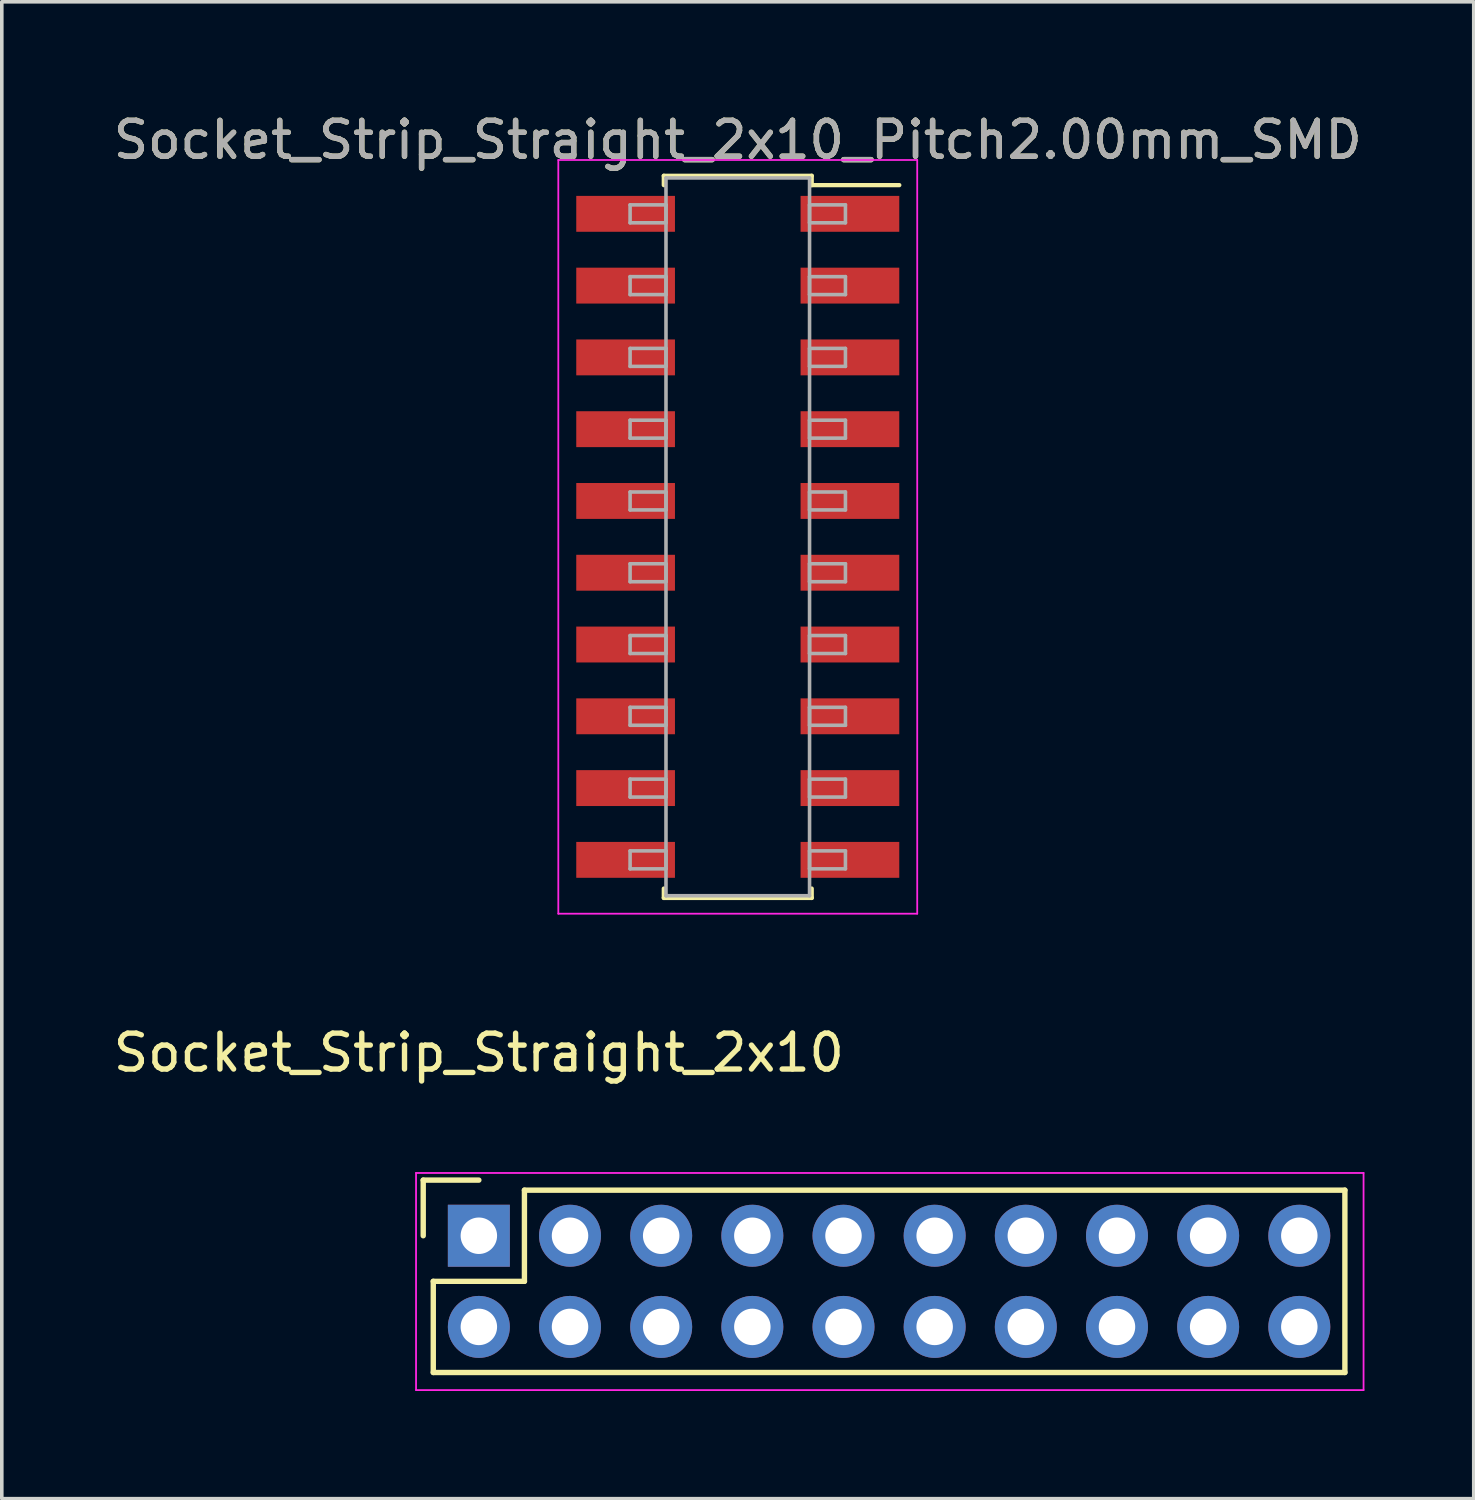
<source format=kicad_pcb>
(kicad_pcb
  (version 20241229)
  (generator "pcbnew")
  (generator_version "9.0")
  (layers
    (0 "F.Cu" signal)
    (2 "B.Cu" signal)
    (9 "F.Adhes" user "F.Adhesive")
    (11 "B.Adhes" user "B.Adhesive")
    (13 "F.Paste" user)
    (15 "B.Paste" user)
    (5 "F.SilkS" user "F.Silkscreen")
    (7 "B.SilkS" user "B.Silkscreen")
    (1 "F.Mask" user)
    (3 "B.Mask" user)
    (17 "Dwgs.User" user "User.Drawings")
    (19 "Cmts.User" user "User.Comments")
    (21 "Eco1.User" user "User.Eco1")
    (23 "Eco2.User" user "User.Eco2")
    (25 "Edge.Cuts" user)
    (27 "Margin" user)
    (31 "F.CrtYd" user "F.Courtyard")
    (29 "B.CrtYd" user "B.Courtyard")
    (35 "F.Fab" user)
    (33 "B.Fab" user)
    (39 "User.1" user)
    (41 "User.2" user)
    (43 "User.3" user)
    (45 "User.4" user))
  (footprint "Socket_Strip_Straight_2x10"
    (layer "F.Cu")
    (at 10.292 31.381)
    (property "Reference" "Socket_Strip_Straight_2x10" (at 0 -5.1 0) (layer "F.SilkS") (effects (font (size 1 1) (thickness 0.15))))
    (attr through_hole)
    (fp_line (start -1.55 -1.55) (end -1.55 0) (stroke (width 0.15) (type solid)) (layer "F.SilkS"))
    (fp_line (start -1.27 1.27) (end 1.27 1.27) (stroke (width 0.15) (type solid)) (layer "F.SilkS"))
    (fp_line (start -1.27 3.81) (end -1.27 1.27) (stroke (width 0.15) (type solid)) (layer "F.SilkS"))
    (fp_line (start 0 -1.55) (end -1.55 -1.55) (stroke (width 0.15) (type solid)) (layer "F.SilkS"))
    (fp_line (start 1.27 -1.27) (end 24.13 -1.27) (stroke (width 0.15) (type solid)) (layer "F.SilkS"))
    (fp_line (start 1.27 1.27) (end 1.27 -1.27) (stroke (width 0.15) (type solid)) (layer "F.SilkS"))
    (fp_line (start 24.13 3.81) (end -1.27 3.81) (stroke (width 0.15) (type solid)) (layer "F.SilkS"))
    (fp_line (start 24.13 3.81) (end 24.13 -1.27) (stroke (width 0.15) (type solid)) (layer "F.SilkS"))
    (fp_line (start -1.75 -1.75) (end -1.75 4.3) (stroke (width 0.05) (type solid)) (layer "F.CrtYd"))
    (fp_line (start -1.75 -1.75) (end 24.65 -1.75) (stroke (width 0.05) (type solid)) (layer "F.CrtYd"))
    (fp_line (start -1.75 4.3) (end 24.65 4.3) (stroke (width 0.05) (type solid)) (layer "F.CrtYd"))
    (fp_line (start 24.65 -1.75) (end 24.65 4.3) (stroke (width 0.05) (type solid)) (layer "F.CrtYd"))
    (pad "1" thru_hole rect (at 0 0) (size 1.727 1.727) (drill 1.016) (layers "*.Cu" "*.Mask"))
    (pad "2" thru_hole oval (at 0 2.54) (size 1.727 1.727) (drill 1.016) (layers "*.Cu" "*.Mask"))
    (pad "3" thru_hole oval (at 2.54 0) (size 1.727 1.727) (drill 1.016) (layers "*.Cu" "*.Mask"))
    (pad "4" thru_hole oval (at 2.54 2.54) (size 1.727 1.727) (drill 1.016) (layers "*.Cu" "*.Mask"))
    (pad "5" thru_hole oval (at 5.08 0) (size 1.727 1.727) (drill 1.016) (layers "*.Cu" "*.Mask"))
    (pad "6" thru_hole oval (at 5.08 2.54) (size 1.727 1.727) (drill 1.016) (layers "*.Cu" "*.Mask"))
    (pad "7" thru_hole oval (at 7.62 0) (size 1.727 1.727) (drill 1.016) (layers "*.Cu" "*.Mask"))
    (pad "8" thru_hole oval (at 7.62 2.54) (size 1.727 1.727) (drill 1.016) (layers "*.Cu" "*.Mask"))
    (pad "9" thru_hole oval (at 10.16 0) (size 1.727 1.727) (drill 1.016) (layers "*.Cu" "*.Mask"))
    (pad "10" thru_hole oval (at 10.16 2.54) (size 1.727 1.727) (drill 1.016) (layers "*.Cu" "*.Mask"))
    (pad "11" thru_hole oval (at 12.7 0) (size 1.727 1.727) (drill 1.016) (layers "*.Cu" "*.Mask"))
    (pad "12" thru_hole oval (at 12.7 2.54) (size 1.727 1.727) (drill 1.016) (layers "*.Cu" "*.Mask"))
    (pad "13" thru_hole oval (at 15.24 0) (size 1.727 1.727) (drill 1.016) (layers "*.Cu" "*.Mask"))
    (pad "14" thru_hole oval (at 15.24 2.54) (size 1.727 1.727) (drill 1.016) (layers "*.Cu" "*.Mask"))
    (pad "15" thru_hole oval (at 17.78 0) (size 1.727 1.727) (drill 1.016) (layers "*.Cu" "*.Mask"))
    (pad "16" thru_hole oval (at 17.78 2.54) (size 1.727 1.727) (drill 1.016) (layers "*.Cu" "*.Mask"))
    (pad "17" thru_hole oval (at 20.32 0) (size 1.727 1.727) (drill 1.016) (layers "*.Cu" "*.Mask"))
    (pad "18" thru_hole oval (at 20.32 2.54) (size 1.727 1.727) (drill 1.016) (layers "*.Cu" "*.Mask"))
    (pad "19" thru_hole oval (at 22.86 0) (size 1.727 1.727) (drill 1.016) (layers "*.Cu" "*.Mask"))
    (pad "20" thru_hole oval (at 22.86 2.54) (size 1.727 1.727) (drill 1.016) (layers "*.Cu" "*.Mask")))
  (footprint "Socket_Strip_Straight_2x10_Pitch2.00mm_SMD"
    (layer "F.Cu")
    (at 17.506 11.908)
    (property "Reference" "Socket_Strip_Straight_2x10_Pitch2.00mm_SMD" (at 0 -11.06 0) (layer "F.SilkS") (effects (font (size 1 1) (thickness 0.15))))
    (attr smd)
    (fp_line (start -2.06 -10.06) (end 2.06 -10.06) (stroke (width 0.12) (type solid)) (layer "F.SilkS"))
    (fp_line (start -2.06 -9.8) (end -2.06 -10.06) (stroke (width 0.12) (type solid)) (layer "F.SilkS"))
    (fp_line (start -2.06 9.8) (end -2.06 10.06) (stroke (width 0.12) (type solid)) (layer "F.SilkS"))
    (fp_line (start -2.06 10.06) (end 2.06 10.06) (stroke (width 0.12) (type solid)) (layer "F.SilkS"))
    (fp_line (start 2.06 -10.06) (end 2.06 -9.8) (stroke (width 0.12) (type solid)) (layer "F.SilkS"))
    (fp_line (start 2.06 10.06) (end 2.06 9.8) (stroke (width 0.12) (type solid)) (layer "F.SilkS"))
    (fp_line (start 4.5 -9.8) (end 2.06 -9.8) (stroke (width 0.12) (type solid)) (layer "F.SilkS"))
    (fp_line (start -5 -10.5) (end -5 10.5) (stroke (width 0.05) (type solid)) (layer "F.CrtYd"))
    (fp_line (start -5 10.5) (end 5 10.5) (stroke (width 0.05) (type solid)) (layer "F.CrtYd"))
    (fp_line (start 5 -10.5) (end -5 -10.5) (stroke (width 0.05) (type solid)) (layer "F.CrtYd"))
    (fp_line (start 5 10.5) (end 5 -10.5) (stroke (width 0.05) (type solid)) (layer "F.CrtYd"))
    (fp_line (start -3 -9.25) (end -2 -9.25) (stroke (width 0.1) (type solid)) (layer "F.Fab"))
    (fp_line (start -3 -8.75) (end -3 -9.25) (stroke (width 0.1) (type solid)) (layer "F.Fab"))
    (fp_line (start -3 -7.25) (end -2 -7.25) (stroke (width 0.1) (type solid)) (layer "F.Fab"))
    (fp_line (start -3 -6.75) (end -3 -7.25) (stroke (width 0.1) (type solid)) (layer "F.Fab"))
    (fp_line (start -3 -5.25) (end -2 -5.25) (stroke (width 0.1) (type solid)) (layer "F.Fab"))
    (fp_line (start -3 -4.75) (end -3 -5.25) (stroke (width 0.1) (type solid)) (layer "F.Fab"))
    (fp_line (start -3 -3.25) (end -2 -3.25) (stroke (width 0.1) (type solid)) (layer "F.Fab"))
    (fp_line (start -3 -2.75) (end -3 -3.25) (stroke (width 0.1) (type solid)) (layer "F.Fab"))
    (fp_line (start -3 -1.25) (end -2 -1.25) (stroke (width 0.1) (type solid)) (layer "F.Fab"))
    (fp_line (start -3 -0.75) (end -3 -1.25) (stroke (width 0.1) (type solid)) (layer "F.Fab"))
    (fp_line (start -3 0.75) (end -2 0.75) (stroke (width 0.1) (type solid)) (layer "F.Fab"))
    (fp_line (start -3 1.25) (end -3 0.75) (stroke (width 0.1) (type solid)) (layer "F.Fab"))
    (fp_line (start -3 2.75) (end -2 2.75) (stroke (width 0.1) (type solid)) (layer "F.Fab"))
    (fp_line (start -3 3.25) (end -3 2.75) (stroke (width 0.1) (type solid)) (layer "F.Fab"))
    (fp_line (start -3 4.75) (end -2 4.75) (stroke (width 0.1) (type solid)) (layer "F.Fab"))
    (fp_line (start -3 5.25) (end -3 4.75) (stroke (width 0.1) (type solid)) (layer "F.Fab"))
    (fp_line (start -3 6.75) (end -2 6.75) (stroke (width 0.1) (type solid)) (layer "F.Fab"))
    (fp_line (start -3 7.25) (end -3 6.75) (stroke (width 0.1) (type solid)) (layer "F.Fab"))
    (fp_line (start -3 8.75) (end -2 8.75) (stroke (width 0.1) (type solid)) (layer "F.Fab"))
    (fp_line (start -3 9.25) (end -3 8.75) (stroke (width 0.1) (type solid)) (layer "F.Fab"))
    (fp_line (start -2 -10) (end -2 10) (stroke (width 0.1) (type solid)) (layer "F.Fab"))
    (fp_line (start -2 -9.25) (end -2 -8.75) (stroke (width 0.1) (type solid)) (layer "F.Fab"))
    (fp_line (start -2 -8.75) (end -3 -8.75) (stroke (width 0.1) (type solid)) (layer "F.Fab"))
    (fp_line (start -2 -7.25) (end -2 -6.75) (stroke (width 0.1) (type solid)) (layer "F.Fab"))
    (fp_line (start -2 -6.75) (end -3 -6.75) (stroke (width 0.1) (type solid)) (layer "F.Fab"))
    (fp_line (start -2 -5.25) (end -2 -4.75) (stroke (width 0.1) (type solid)) (layer "F.Fab"))
    (fp_line (start -2 -4.75) (end -3 -4.75) (stroke (width 0.1) (type solid)) (layer "F.Fab"))
    (fp_line (start -2 -3.25) (end -2 -2.75) (stroke (width 0.1) (type solid)) (layer "F.Fab"))
    (fp_line (start -2 -2.75) (end -3 -2.75) (stroke (width 0.1) (type solid)) (layer "F.Fab"))
    (fp_line (start -2 -1.25) (end -2 -0.75) (stroke (width 0.1) (type solid)) (layer "F.Fab"))
    (fp_line (start -2 -0.75) (end -3 -0.75) (stroke (width 0.1) (type solid)) (layer "F.Fab"))
    (fp_line (start -2 0.75) (end -2 1.25) (stroke (width 0.1) (type solid)) (layer "F.Fab"))
    (fp_line (start -2 1.25) (end -3 1.25) (stroke (width 0.1) (type solid)) (layer "F.Fab"))
    (fp_line (start -2 2.75) (end -2 3.25) (stroke (width 0.1) (type solid)) (layer "F.Fab"))
    (fp_line (start -2 3.25) (end -3 3.25) (stroke (width 0.1) (type solid)) (layer "F.Fab"))
    (fp_line (start -2 4.75) (end -2 5.25) (stroke (width 0.1) (type solid)) (layer "F.Fab"))
    (fp_line (start -2 5.25) (end -3 5.25) (stroke (width 0.1) (type solid)) (layer "F.Fab"))
    (fp_line (start -2 6.75) (end -2 7.25) (stroke (width 0.1) (type solid)) (layer "F.Fab"))
    (fp_line (start -2 7.25) (end -3 7.25) (stroke (width 0.1) (type solid)) (layer "F.Fab"))
    (fp_line (start -2 8.75) (end -2 9.25) (stroke (width 0.1) (type solid)) (layer "F.Fab"))
    (fp_line (start -2 9.25) (end -3 9.25) (stroke (width 0.1) (type solid)) (layer "F.Fab"))
    (fp_line (start -2 10) (end 2 10) (stroke (width 0.1) (type solid)) (layer "F.Fab"))
    (fp_line (start 2 -10) (end -2 -10) (stroke (width 0.1) (type solid)) (layer "F.Fab"))
    (fp_line (start 2 -9.25) (end 2 -8.75) (stroke (width 0.1) (type solid)) (layer "F.Fab"))
    (fp_line (start 2 -8.75) (end 3 -8.75) (stroke (width 0.1) (type solid)) (layer "F.Fab"))
    (fp_line (start 2 -7.25) (end 2 -6.75) (stroke (width 0.1) (type solid)) (layer "F.Fab"))
    (fp_line (start 2 -6.75) (end 3 -6.75) (stroke (width 0.1) (type solid)) (layer "F.Fab"))
    (fp_line (start 2 -5.25) (end 2 -4.75) (stroke (width 0.1) (type solid)) (layer "F.Fab"))
    (fp_line (start 2 -4.75) (end 3 -4.75) (stroke (width 0.1) (type solid)) (layer "F.Fab"))
    (fp_line (start 2 -3.25) (end 2 -2.75) (stroke (width 0.1) (type solid)) (layer "F.Fab"))
    (fp_line (start 2 -2.75) (end 3 -2.75) (stroke (width 0.1) (type solid)) (layer "F.Fab"))
    (fp_line (start 2 -1.25) (end 2 -0.75) (stroke (width 0.1) (type solid)) (layer "F.Fab"))
    (fp_line (start 2 -0.75) (end 3 -0.75) (stroke (width 0.1) (type solid)) (layer "F.Fab"))
    (fp_line (start 2 0.75) (end 2 1.25) (stroke (width 0.1) (type solid)) (layer "F.Fab"))
    (fp_line (start 2 1.25) (end 3 1.25) (stroke (width 0.1) (type solid)) (layer "F.Fab"))
    (fp_line (start 2 2.75) (end 2 3.25) (stroke (width 0.1) (type solid)) (layer "F.Fab"))
    (fp_line (start 2 3.25) (end 3 3.25) (stroke (width 0.1) (type solid)) (layer "F.Fab"))
    (fp_line (start 2 4.75) (end 2 5.25) (stroke (width 0.1) (type solid)) (layer "F.Fab"))
    (fp_line (start 2 5.25) (end 3 5.25) (stroke (width 0.1) (type solid)) (layer "F.Fab"))
    (fp_line (start 2 6.75) (end 2 7.25) (stroke (width 0.1) (type solid)) (layer "F.Fab"))
    (fp_line (start 2 7.25) (end 3 7.25) (stroke (width 0.1) (type solid)) (layer "F.Fab"))
    (fp_line (start 2 8.75) (end 2 9.25) (stroke (width 0.1) (type solid)) (layer "F.Fab"))
    (fp_line (start 2 9.25) (end 3 9.25) (stroke (width 0.1) (type solid)) (layer "F.Fab"))
    (fp_line (start 2 10) (end 2 -10) (stroke (width 0.1) (type solid)) (layer "F.Fab"))
    (fp_line (start 3 -9.25) (end 2 -9.25) (stroke (width 0.1) (type solid)) (layer "F.Fab"))
    (fp_line (start 3 -8.75) (end 3 -9.25) (stroke (width 0.1) (type solid)) (layer "F.Fab"))
    (fp_line (start 3 -7.25) (end 2 -7.25) (stroke (width 0.1) (type solid)) (layer "F.Fab"))
    (fp_line (start 3 -6.75) (end 3 -7.25) (stroke (width 0.1) (type solid)) (layer "F.Fab"))
    (fp_line (start 3 -5.25) (end 2 -5.25) (stroke (width 0.1) (type solid)) (layer "F.Fab"))
    (fp_line (start 3 -4.75) (end 3 -5.25) (stroke (width 0.1) (type solid)) (layer "F.Fab"))
    (fp_line (start 3 -3.25) (end 2 -3.25) (stroke (width 0.1) (type solid)) (layer "F.Fab"))
    (fp_line (start 3 -2.75) (end 3 -3.25) (stroke (width 0.1) (type solid)) (layer "F.Fab"))
    (fp_line (start 3 -1.25) (end 2 -1.25) (stroke (width 0.1) (type solid)) (layer "F.Fab"))
    (fp_line (start 3 -0.75) (end 3 -1.25) (stroke (width 0.1) (type solid)) (layer "F.Fab"))
    (fp_line (start 3 0.75) (end 2 0.75) (stroke (width 0.1) (type solid)) (layer "F.Fab"))
    (fp_line (start 3 1.25) (end 3 0.75) (stroke (width 0.1) (type solid)) (layer "F.Fab"))
    (fp_line (start 3 2.75) (end 2 2.75) (stroke (width 0.1) (type solid)) (layer "F.Fab"))
    (fp_line (start 3 3.25) (end 3 2.75) (stroke (width 0.1) (type solid)) (layer "F.Fab"))
    (fp_line (start 3 4.75) (end 2 4.75) (stroke (width 0.1) (type solid)) (layer "F.Fab"))
    (fp_line (start 3 5.25) (end 3 4.75) (stroke (width 0.1) (type solid)) (layer "F.Fab"))
    (fp_line (start 3 6.75) (end 2 6.75) (stroke (width 0.1) (type solid)) (layer "F.Fab"))
    (fp_line (start 3 7.25) (end 3 6.75) (stroke (width 0.1) (type solid)) (layer "F.Fab"))
    (fp_line (start 3 8.75) (end 2 8.75) (stroke (width 0.1) (type solid)) (layer "F.Fab"))
    (fp_line (start 3 9.25) (end 3 8.75) (stroke (width 0.1) (type solid)) (layer "F.Fab"))
    (fp_text user "${REFERENCE}" (at 0 -11.06 0) (layer "F.Fab") (effects (font (size 1 1) (thickness 0.15))))
    (pad "1" smd rect (at 3.125 -9) (size 2.75 1) (layers "F.Cu" "F.Mask" "F.Paste"))
    (pad "2" smd rect (at -3.125 -9) (size 2.75 1) (layers "F.Cu" "F.Mask" "F.Paste"))
    (pad "3" smd rect (at 3.125 -7) (size 2.75 1) (layers "F.Cu" "F.Mask" "F.Paste"))
    (pad "4" smd rect (at -3.125 -7) (size 2.75 1) (layers "F.Cu" "F.Mask" "F.Paste"))
    (pad "5" smd rect (at 3.125 -5) (size 2.75 1) (layers "F.Cu" "F.Mask" "F.Paste"))
    (pad "6" smd rect (at -3.125 -5) (size 2.75 1) (layers "F.Cu" "F.Mask" "F.Paste"))
    (pad "7" smd rect (at 3.125 -3) (size 2.75 1) (layers "F.Cu" "F.Mask" "F.Paste"))
    (pad "8" smd rect (at -3.125 -3) (size 2.75 1) (layers "F.Cu" "F.Mask" "F.Paste"))
    (pad "9" smd rect (at 3.125 -1) (size 2.75 1) (layers "F.Cu" "F.Mask" "F.Paste"))
    (pad "10" smd rect (at -3.125 -1) (size 2.75 1) (layers "F.Cu" "F.Mask" "F.Paste"))
    (pad "11" smd rect (at 3.125 1) (size 2.75 1) (layers "F.Cu" "F.Mask" "F.Paste"))
    (pad "12" smd rect (at -3.125 1) (size 2.75 1) (layers "F.Cu" "F.Mask" "F.Paste"))
    (pad "13" smd rect (at 3.125 3) (size 2.75 1) (layers "F.Cu" "F.Mask" "F.Paste"))
    (pad "14" smd rect (at -3.125 3) (size 2.75 1) (layers "F.Cu" "F.Mask" "F.Paste"))
    (pad "15" smd rect (at 3.125 5) (size 2.75 1) (layers "F.Cu" "F.Mask" "F.Paste"))
    (pad "16" smd rect (at -3.125 5) (size 2.75 1) (layers "F.Cu" "F.Mask" "F.Paste"))
    (pad "17" smd rect (at 3.125 7) (size 2.75 1) (layers "F.Cu" "F.Mask" "F.Paste"))
    (pad "18" smd rect (at -3.125 7) (size 2.75 1) (layers "F.Cu" "F.Mask" "F.Paste"))
    (pad "19" smd rect (at 3.125 9) (size 2.75 1) (layers "F.Cu" "F.Mask" "F.Paste"))
    (pad "20" smd rect (at -3.125 9) (size 2.75 1) (layers "F.Cu" "F.Mask" "F.Paste")))
  (gr_rect
    (start -3 -3)
    (end 38.012 38.706)
    (stroke (width 0.1) (type default))
    (fill no)
    (layer "Edge.Cuts")))
</source>
